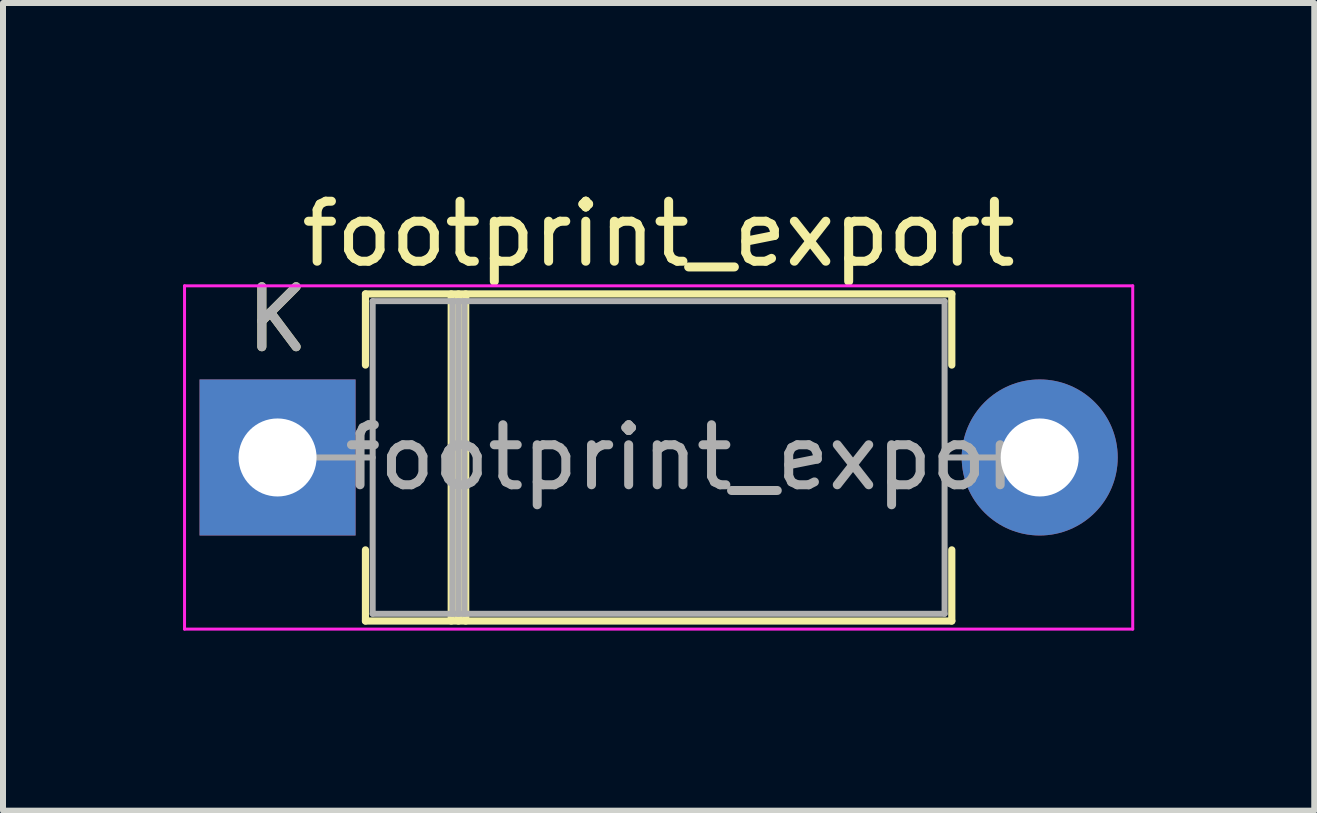
<source format=kicad_pcb>
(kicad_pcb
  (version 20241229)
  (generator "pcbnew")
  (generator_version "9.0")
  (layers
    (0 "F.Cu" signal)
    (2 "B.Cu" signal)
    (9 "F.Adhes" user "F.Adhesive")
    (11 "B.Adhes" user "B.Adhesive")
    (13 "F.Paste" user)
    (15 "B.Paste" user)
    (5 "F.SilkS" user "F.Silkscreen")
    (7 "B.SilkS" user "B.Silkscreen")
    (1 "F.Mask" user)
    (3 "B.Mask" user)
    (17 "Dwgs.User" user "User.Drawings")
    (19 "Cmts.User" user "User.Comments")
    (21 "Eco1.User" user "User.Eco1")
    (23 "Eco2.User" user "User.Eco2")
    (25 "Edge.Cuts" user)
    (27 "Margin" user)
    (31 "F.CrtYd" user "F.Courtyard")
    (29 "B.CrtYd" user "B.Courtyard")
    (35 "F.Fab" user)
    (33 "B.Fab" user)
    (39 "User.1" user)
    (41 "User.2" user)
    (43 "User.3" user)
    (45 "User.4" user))
  (footprint "footprint_export"
    (layer "F.Cu")
    (at 1.575 4.573)
    (property "Reference" "footprint_export" (at 6.35 -3.725 0) (layer "F.SilkS") (effects (font (size 1 1) (thickness 0.15))))
    (attr through_hole)
    (fp_line (start 1.465 -2.725) (end 11.235 -2.725) (stroke (width 0.12) (type solid)) (layer "F.SilkS"))
    (fp_line (start 1.465 -1.54) (end 1.465 -2.725) (stroke (width 0.12) (type solid)) (layer "F.SilkS"))
    (fp_line (start 1.465 1.54) (end 1.465 2.725) (stroke (width 0.12) (type solid)) (layer "F.SilkS"))
    (fp_line (start 1.465 2.725) (end 11.235 2.725) (stroke (width 0.12) (type solid)) (layer "F.SilkS"))
    (fp_line (start 2.894 -2.725) (end 2.894 2.725) (stroke (width 0.12) (type solid)) (layer "F.SilkS"))
    (fp_line (start 3.014 -2.725) (end 3.014 2.725) (stroke (width 0.12) (type solid)) (layer "F.SilkS"))
    (fp_line (start 3.135 -2.725) (end 3.135 2.725) (stroke (width 0.12) (type solid)) (layer "F.SilkS"))
    (fp_line (start 11.235 -2.725) (end 11.235 -1.54) (stroke (width 0.12) (type solid)) (layer "F.SilkS"))
    (fp_line (start 11.235 2.725) (end 11.235 1.54) (stroke (width 0.12) (type solid)) (layer "F.SilkS"))
    (fp_line (start -1.55 -2.86) (end -1.55 2.86) (stroke (width 0.05) (type solid)) (layer "F.CrtYd"))
    (fp_line (start -1.55 2.86) (end 14.25 2.86) (stroke (width 0.05) (type solid)) (layer "F.CrtYd"))
    (fp_line (start 14.25 -2.86) (end -1.55 -2.86) (stroke (width 0.05) (type solid)) (layer "F.CrtYd"))
    (fp_line (start 14.25 2.86) (end 14.25 -2.86) (stroke (width 0.05) (type solid)) (layer "F.CrtYd"))
    (fp_line (start 0 0) (end 1.585 0) (stroke (width 0.1) (type solid)) (layer "F.Fab"))
    (fp_line (start 1.585 -2.605) (end 1.585 2.605) (stroke (width 0.1) (type solid)) (layer "F.Fab"))
    (fp_line (start 1.585 2.605) (end 11.115 2.605) (stroke (width 0.1) (type solid)) (layer "F.Fab"))
    (fp_line (start 2.914 -2.605) (end 2.914 2.605) (stroke (width 0.1) (type solid)) (layer "F.Fab"))
    (fp_line (start 3.014 -2.605) (end 3.014 2.605) (stroke (width 0.1) (type solid)) (layer "F.Fab"))
    (fp_line (start 3.115 -2.605) (end 3.115 2.605) (stroke (width 0.1) (type solid)) (layer "F.Fab"))
    (fp_line (start 11.115 -2.605) (end 1.585 -2.605) (stroke (width 0.1) (type solid)) (layer "F.Fab"))
    (fp_line (start 11.115 2.605) (end 11.115 -2.605) (stroke (width 0.1) (type solid)) (layer "F.Fab"))
    (fp_line (start 12.7 0) (end 11.115 0) (stroke (width 0.1) (type solid)) (layer "F.Fab"))
    (fp_text user "K" (at 0 -2.3 0) (layer "F.SilkS") (effects (font (size 1 1) (thickness 0.15))))
    (fp_text user "${REFERENCE}" (at 7.065 0 0) (layer "F.Fab") (effects (font (size 1 1) (thickness 0.15))))
    (fp_text user "K" (at 0 -2.3 0) (layer "F.Fab") (effects (font (size 1 1) (thickness 0.15))))
    (pad "1" thru_hole rect (at 0 0) (size 2.6 2.6) (drill 1.3) (layers "*.Cu" "*.Mask"))
    (pad "2" thru_hole oval (at 12.7 0) (size 2.6 2.6) (drill 1.3) (layers "*.Cu" "*.Mask")))
  (gr_rect
    (start -3 -3)
    (end 18.85 10.458)
    (stroke (width 0.1) (type default))
    (fill no)
    (layer "Edge.Cuts")))
</source>
